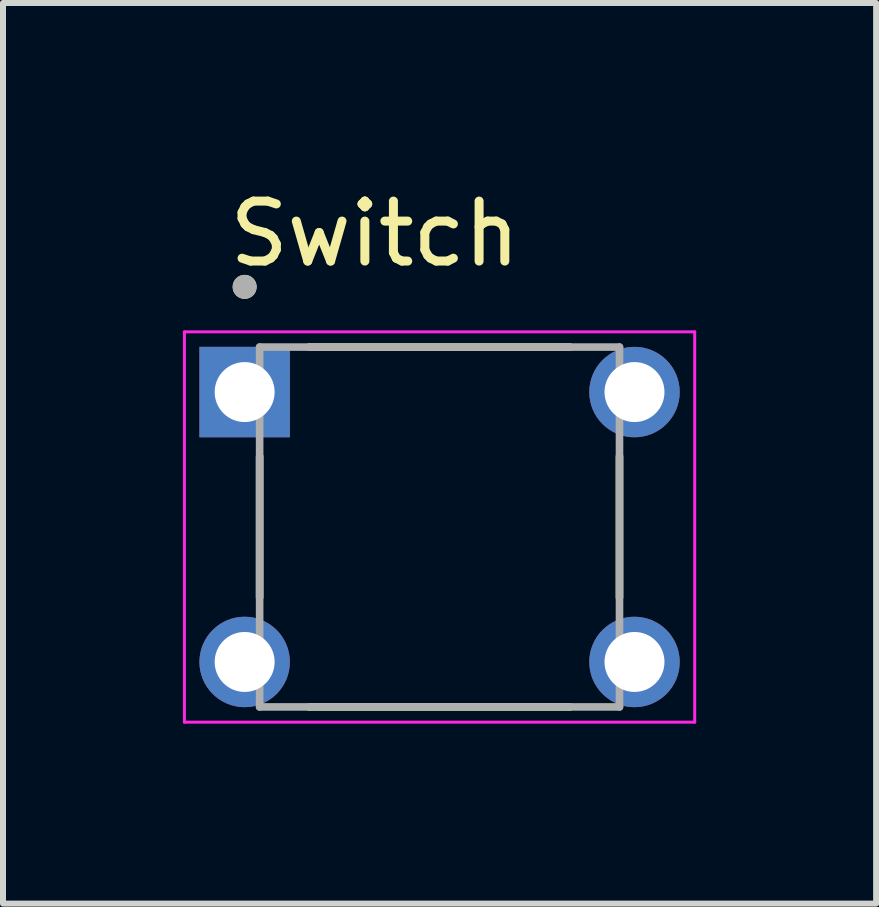
<source format=kicad_pcb>
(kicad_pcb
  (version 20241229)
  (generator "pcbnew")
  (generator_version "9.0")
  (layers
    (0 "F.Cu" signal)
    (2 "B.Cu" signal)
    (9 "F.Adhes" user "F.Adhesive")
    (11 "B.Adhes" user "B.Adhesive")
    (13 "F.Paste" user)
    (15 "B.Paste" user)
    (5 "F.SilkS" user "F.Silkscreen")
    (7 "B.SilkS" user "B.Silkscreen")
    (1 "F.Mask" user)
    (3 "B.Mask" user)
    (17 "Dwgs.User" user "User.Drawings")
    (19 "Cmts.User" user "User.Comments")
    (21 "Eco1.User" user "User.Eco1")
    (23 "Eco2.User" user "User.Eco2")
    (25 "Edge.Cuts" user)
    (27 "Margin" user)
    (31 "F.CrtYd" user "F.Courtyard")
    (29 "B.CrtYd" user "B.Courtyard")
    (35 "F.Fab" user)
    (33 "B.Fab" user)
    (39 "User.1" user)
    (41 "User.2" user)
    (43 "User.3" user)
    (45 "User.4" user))
  (footprint "Switch"
    (layer "F.Cu")
    (at 4.279 5.737)
    (property "Reference" "Switch" (at -1.079 -4.889 0) (layer "F.SilkS") (effects (font (size 1 1) (thickness 0.15))))
    (attr through_hole)
    (fp_line (start -3 -1.176) (end -3 1.176) (stroke (width 0.127) (type solid)) (layer "F.SilkS"))
    (fp_line (start -2.176 -3) (end 2.176 -3) (stroke (width 0.127) (type solid)) (layer "F.SilkS"))
    (fp_line (start -2.176 3) (end 2.176 3) (stroke (width 0.127) (type solid)) (layer "F.SilkS"))
    (fp_line (start 3 -1.176) (end 3 1.176) (stroke (width 0.127) (type solid)) (layer "F.SilkS"))
    (fp_circle (center -3.25 -4.004) (end -3.15 -4.004) (stroke (width 0.2) (type solid)) (fill no) (layer "F.SilkS"))
    (fp_line (start -4.254 -3.254) (end -4.254 3.254) (stroke (width 0.05) (type solid)) (layer "F.CrtYd"))
    (fp_line (start -4.254 3.254) (end 4.254 3.254) (stroke (width 0.05) (type solid)) (layer "F.CrtYd"))
    (fp_line (start 4.254 -3.254) (end -4.254 -3.254) (stroke (width 0.05) (type solid)) (layer "F.CrtYd"))
    (fp_line (start 4.254 3.254) (end 4.254 -3.254) (stroke (width 0.05) (type solid)) (layer "F.CrtYd"))
    (fp_line (start -3 -3) (end 3 -3) (stroke (width 0.127) (type solid)) (layer "F.Fab"))
    (fp_line (start -3 3) (end -3 -3) (stroke (width 0.127) (type solid)) (layer "F.Fab"))
    (fp_line (start 3 -3) (end 3 3) (stroke (width 0.127) (type solid)) (layer "F.Fab"))
    (fp_line (start 3 3) (end -3 3) (stroke (width 0.127) (type solid)) (layer "F.Fab"))
    (fp_circle (center -3.25 -4.004) (end -3.15 -4.004) (stroke (width 0.2) (type solid)) (fill no) (layer "F.Fab"))
    (pad "1" thru_hole rect (at -3.25 -2.25) (size 1.508 1.508) (drill 1) (layers "*.Cu" "*.Mask"))
    (pad "2" thru_hole circle (at 3.25 -2.25) (size 1.508 1.508) (drill 1) (layers "*.Cu" "*.Mask"))
    (pad "3" thru_hole circle (at -3.25 2.25) (size 1.508 1.508) (drill 1) (layers "*.Cu" "*.Mask"))
    (pad "4" thru_hole circle (at 3.25 2.25) (size 1.508 1.508) (drill 1) (layers "*.Cu" "*.Mask")))
  (gr_rect
    (start -3 -3)
    (end 11.558 12.016)
    (stroke (width 0.1) (type default))
    (fill no)
    (layer "Edge.Cuts")))
</source>
